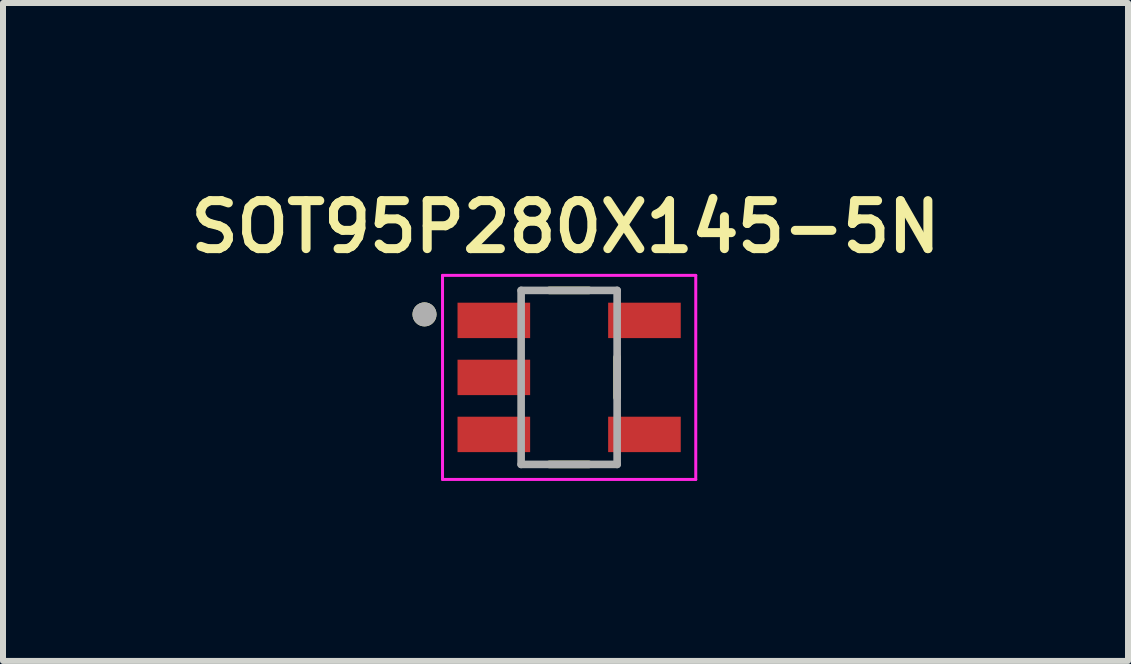
<source format=kicad_pcb>
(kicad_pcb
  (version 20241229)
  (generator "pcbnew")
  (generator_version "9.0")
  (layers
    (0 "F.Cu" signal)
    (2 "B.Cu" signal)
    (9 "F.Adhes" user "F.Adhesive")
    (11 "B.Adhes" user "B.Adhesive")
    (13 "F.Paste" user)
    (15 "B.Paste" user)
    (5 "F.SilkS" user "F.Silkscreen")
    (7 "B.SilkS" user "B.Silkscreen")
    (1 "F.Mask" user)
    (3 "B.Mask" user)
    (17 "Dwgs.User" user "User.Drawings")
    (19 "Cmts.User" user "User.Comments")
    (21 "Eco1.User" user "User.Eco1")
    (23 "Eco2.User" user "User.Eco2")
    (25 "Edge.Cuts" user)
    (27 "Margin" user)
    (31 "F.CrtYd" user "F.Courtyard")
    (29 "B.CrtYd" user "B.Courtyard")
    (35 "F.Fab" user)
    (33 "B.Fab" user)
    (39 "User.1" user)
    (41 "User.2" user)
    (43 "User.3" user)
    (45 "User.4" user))
  (footprint "SOT95P280X145-5N"
    (layer "F.Cu")
    (at 6.434 3.239)
    (property "Reference" "SOT95P280X145-5N" (at -0.06 -2.508 0) (layer "F.SilkS") (effects (font (size 0.8 0.8) (thickness 0.15))))
    (attr smd)
    (fp_line (start -0.33 -1.45) (end 0.33 -1.45) (stroke (width 0.127) (type solid)) (layer "F.SilkS"))
    (fp_line (start 0.33 1.45) (end -0.33 1.45) (stroke (width 0.127) (type solid)) (layer "F.SilkS"))
    (fp_line (start 0.8 -0.335) (end 0.8 0.335) (stroke (width 0.127) (type solid)) (layer "F.SilkS"))
    (fp_circle (center -2.41 -1.05) (end -2.31 -1.05) (stroke (width 0.2) (type solid)) (fill no) (layer "F.SilkS"))
    (fp_line (start -2.11 -1.7) (end 2.11 -1.7) (stroke (width 0.05) (type solid)) (layer "F.CrtYd"))
    (fp_line (start -2.11 1.7) (end -2.11 -1.7) (stroke (width 0.05) (type solid)) (layer "F.CrtYd"))
    (fp_line (start 2.11 -1.7) (end 2.11 1.7) (stroke (width 0.05) (type solid)) (layer "F.CrtYd"))
    (fp_line (start 2.11 1.7) (end -2.11 1.7) (stroke (width 0.05) (type solid)) (layer "F.CrtYd"))
    (fp_line (start -0.8 -1.45) (end 0.8 -1.45) (stroke (width 0.127) (type solid)) (layer "F.Fab"))
    (fp_line (start -0.8 1.45) (end -0.8 -1.45) (stroke (width 0.127) (type solid)) (layer "F.Fab"))
    (fp_line (start 0.8 -1.45) (end 0.8 1.45) (stroke (width 0.127) (type solid)) (layer "F.Fab"))
    (fp_line (start 0.8 1.45) (end -0.8 1.45) (stroke (width 0.127) (type solid)) (layer "F.Fab"))
    (fp_circle (center -2.41 -1.05) (end -2.31 -1.05) (stroke (width 0.2) (type solid)) (fill no) (layer "F.Fab"))
    (pad "1" smd rect (at -1.255 -0.95) (size 1.21 0.59) (layers "F.Cu" "F.Paste"))
    (pad "2" smd rect (at -1.255 0) (size 1.21 0.59) (layers "F.Cu" "F.Paste"))
    (pad "3" smd rect (at -1.255 0.95) (size 1.21 0.59) (layers "F.Cu" "F.Paste"))
    (pad "4" smd rect (at 1.255 0.95) (size 1.21 0.59) (layers "F.Cu" "F.Paste"))
    (pad "5" smd rect (at 1.255 -0.95) (size 1.21 0.59) (layers "F.Cu" "F.Paste")))
  (gr_rect
    (start -3 -3)
    (end 15.747 7.964)
    (stroke (width 0.1) (type default))
    (fill no)
    (layer "Edge.Cuts")))
</source>
